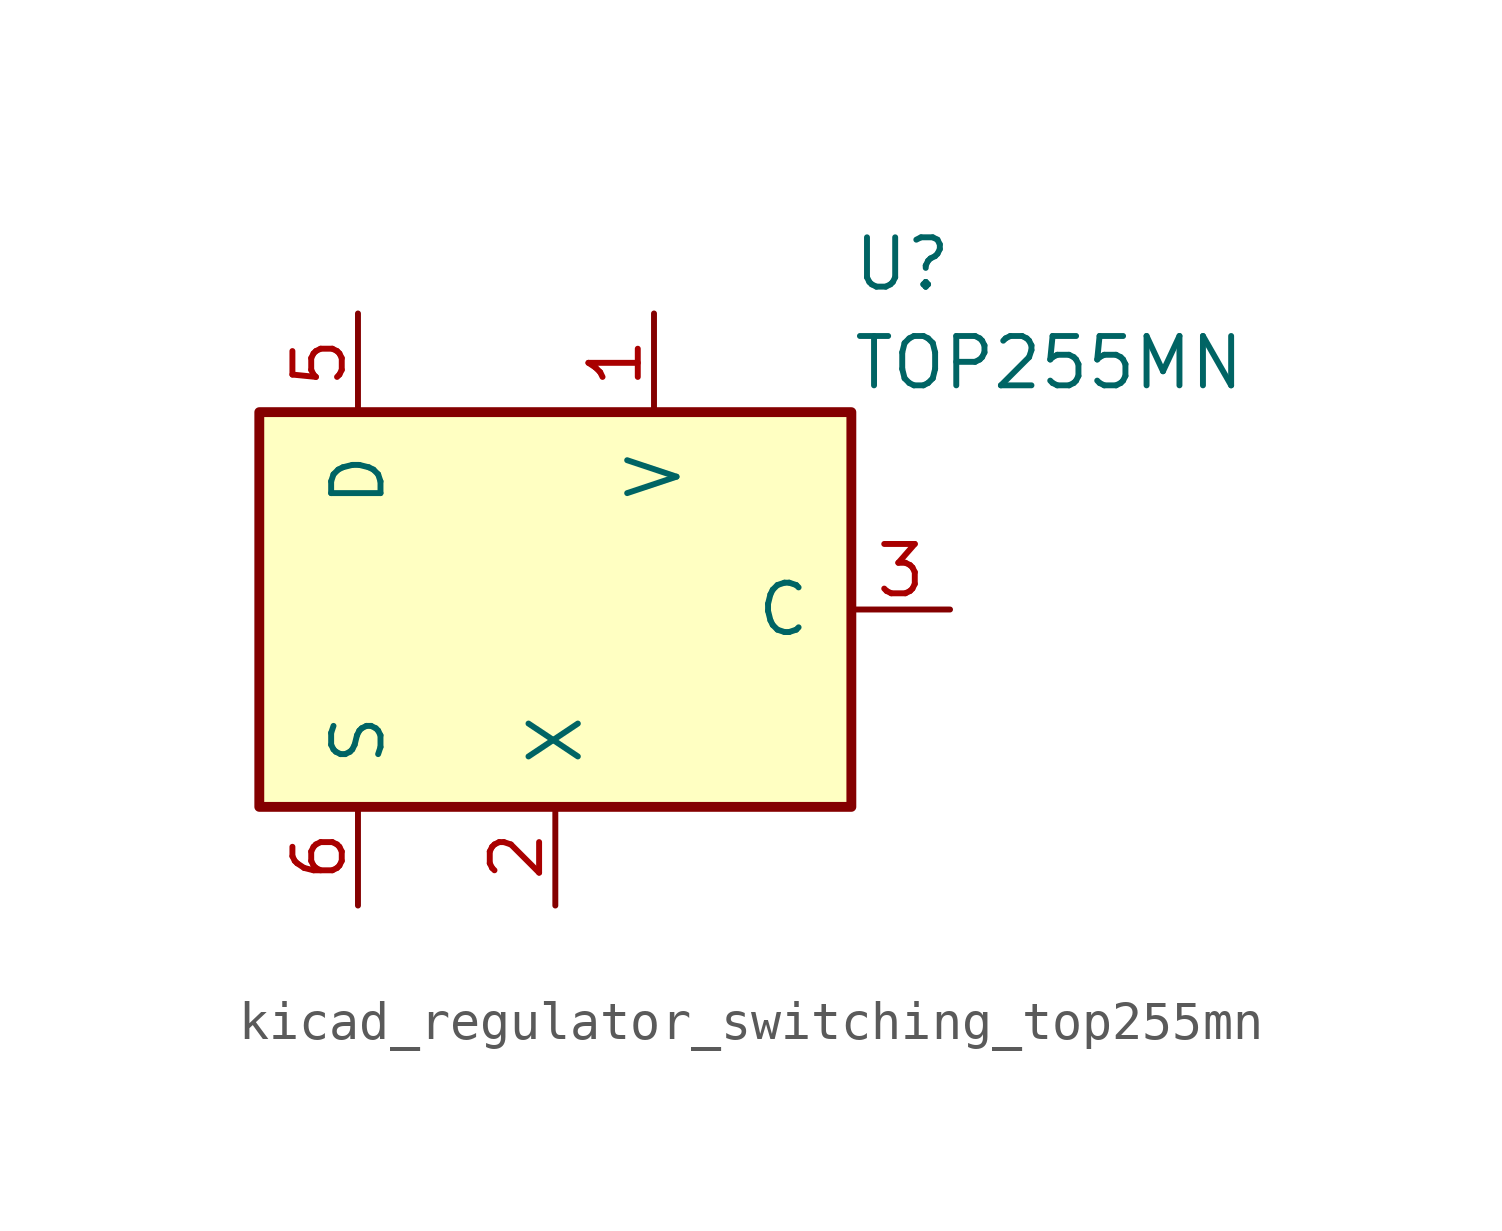
<source format=kicad_sym>
(kicad_symbol_lib
  (version 20220914)
  (generator kicad_symbol_editor)
  (symbol "kicad_regulator_switching_top255mn"
    (pin_names
      (offset 1.016))
    (property "Reference" "U"
      (at 7.62 8.89 0)
      (effects (font (size 1.27 1.27)) (justify left)))
    (property "Value" "TOP255MN"
      (at 7.62 6.35 0)
      (effects (font (size 1.27 1.27)) (justify left)))
    (symbol "kicad_regulator_switching_top255mn_0_1"
      (rectangle (start -7.62 5.08) (end 7.62 -5.08) (stroke (width 0.254) (type default)) (fill (type background))))
    (symbol "kicad_regulator_switching_top255mn_1_1"
      (pin input line (at 2.54 7.62 270) (length 2.54) (name "V" (effects (font (size 1.27 1.27)))) (number "1" (effects (font (size 1.27 1.27)))))
      (pin passive line (at -5.08 -7.62 90) (length 2.54) hide (name "S" (effects (font (size 1.27 1.27)))) (number "10" (effects (font (size 1.27 1.27)))))
      (pin input line (at 0 -7.62 90) (length 2.54) (name "X" (effects (font (size 1.27 1.27)))) (number "2" (effects (font (size 1.27 1.27)))))
      (pin input line (at 10.16 0 180) (length 2.54) (name "C" (effects (font (size 1.27 1.27)))) (number "3" (effects (font (size 1.27 1.27)))))
      (pin open_collector line (at -5.08 7.62 270) (length 2.54) (name "D" (effects (font (size 1.27 1.27)))) (number "5" (effects (font (size 1.27 1.27)))))
      (pin power_in line (at -5.08 -7.62 90) (length 2.54) (name "S" (effects (font (size 1.27 1.27)))) (number "6" (effects (font (size 1.27 1.27)))))
      (pin passive line (at -5.08 -7.62 90) (length 2.54) hide (name "S" (effects (font (size 1.27 1.27)))) (number "7" (effects (font (size 1.27 1.27)))))
      (pin passive line (at -5.08 -7.62 90) (length 2.54) hide (name "S" (effects (font (size 1.27 1.27)))) (number "8" (effects (font (size 1.27 1.27)))))
      (pin passive line (at -5.08 -7.62 90) (length 2.54) hide (name "S" (effects (font (size 1.27 1.27)))) (number "9" (effects (font (size 1.27 1.27))))))))
</source>
